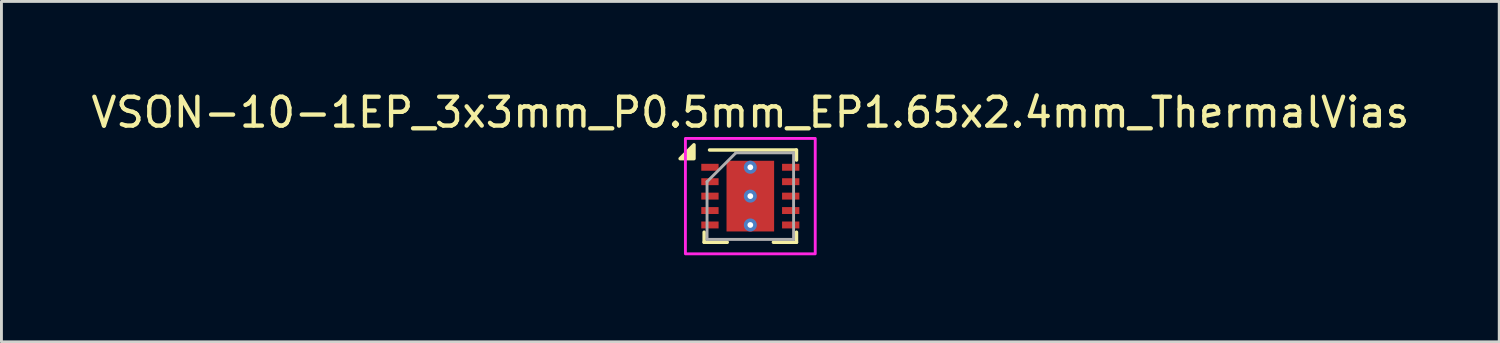
<source format=kicad_pcb>
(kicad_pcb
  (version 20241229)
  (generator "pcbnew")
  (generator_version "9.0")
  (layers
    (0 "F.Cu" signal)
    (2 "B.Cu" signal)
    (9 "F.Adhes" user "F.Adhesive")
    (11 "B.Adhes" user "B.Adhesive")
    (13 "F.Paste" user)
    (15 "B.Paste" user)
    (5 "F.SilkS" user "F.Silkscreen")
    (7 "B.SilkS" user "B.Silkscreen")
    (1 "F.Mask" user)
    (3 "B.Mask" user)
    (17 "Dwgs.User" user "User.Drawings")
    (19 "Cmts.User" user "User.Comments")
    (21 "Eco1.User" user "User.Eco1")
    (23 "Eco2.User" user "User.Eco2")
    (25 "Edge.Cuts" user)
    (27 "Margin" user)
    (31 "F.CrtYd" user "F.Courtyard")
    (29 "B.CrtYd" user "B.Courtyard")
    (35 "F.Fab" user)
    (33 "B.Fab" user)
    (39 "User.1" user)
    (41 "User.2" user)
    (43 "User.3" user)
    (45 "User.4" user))
  (footprint "VSON-10-1EP_3x3mm_P0.5mm_EP1.65x2.4mm_ThermalVias"
    (layer "F.Cu")
    (at 22.958 3.748)
    (property "Reference" "VSON-10-1EP_3x3mm_P0.5mm_EP1.65x2.4mm_ThermalVias" (at 0 -2.9 0) (layer "F.SilkS") (effects (font (size 1 1) (thickness 0.15))))
    (attr smd)
    (fp_line (start -1.6 1.25) (end -1.6 1.6) (stroke (width 0.12) (type solid)) (layer "F.SilkS"))
    (fp_line (start -1.6 1.6) (end -0.8 1.6) (stroke (width 0.12) (type solid)) (layer "F.SilkS"))
    (fp_line (start -1.413 -1.599) (end 1.587 -1.599) (stroke (width 0.12) (type solid)) (layer "F.SilkS"))
    (fp_line (start 0.8 1.6) (end 1.6 1.6) (stroke (width 0.12) (type solid)) (layer "F.SilkS"))
    (fp_line (start 1.6 -1.6) (end 1.6 -1.25) (stroke (width 0.12) (type solid)) (layer "F.SilkS"))
    (fp_line (start 1.6 1.6) (end 1.6 1.25) (stroke (width 0.12) (type solid)) (layer "F.SilkS"))
    (fp_poly (pts (xy -1.953 -1.299) (xy -2.433 -1.299) (xy -1.953 -1.779) (xy -1.953 -1.299)) (stroke (width 0.12) (type solid)) (fill yes) (layer "F.SilkS"))
    (fp_rect (start -2.25 -2) (end 2.25 2) (stroke (width 0.1) (type default)) (fill no) (layer "F.CrtYd"))
    (fp_line (start -1.5 -0.5) (end -1.5 1.5) (stroke (width 0.1) (type solid)) (layer "F.Fab"))
    (fp_line (start -1.5 -0.5) (end -0.5 -1.5) (stroke (width 0.1) (type solid)) (layer "F.Fab"))
    (fp_line (start -1.5 1.5) (end 1.5 1.5) (stroke (width 0.1) (type solid)) (layer "F.Fab"))
    (fp_line (start -0.5 -1.5) (end 1.5 -1.5) (stroke (width 0.1) (type solid)) (layer "F.Fab"))
    (fp_line (start 1.5 -1.5) (end 1.5 1.5) (stroke (width 0.1) (type solid)) (layer "F.Fab"))
    (pad "" smd roundrect (at -0.475 -0.665) (size 0.65 1.03) (layers "F.Paste") (roundrect_rratio 0.1))
    (pad "" smd roundrect (at -0.475 0.665) (size 0.65 1.03) (layers "F.Paste") (roundrect_rratio 0.1))
    (pad "" smd roundrect (at 0.475 -0.665) (size 0.65 1.03) (layers "F.Paste") (roundrect_rratio 0.1))
    (pad "" smd roundrect (at 0.475 0.665) (size 0.65 1.03) (layers "F.Paste") (roundrect_rratio 0.1))
    (pad "1" smd rect (at -1.4 -1) (size 0.6 0.24) (layers "F.Cu" "F.Mask" "F.Paste"))
    (pad "2" smd rect (at -1.4 -0.5) (size 0.6 0.24) (layers "F.Cu" "F.Mask" "F.Paste"))
    (pad "3" smd rect (at -1.4 0) (size 0.6 0.24) (layers "F.Cu" "F.Mask" "F.Paste"))
    (pad "4" smd rect (at -1.4 0.5) (size 0.6 0.24) (layers "F.Cu" "F.Mask" "F.Paste"))
    (pad "5" smd rect (at -1.4 1) (size 0.6 0.24) (layers "F.Cu" "F.Mask" "F.Paste"))
    (pad "6" smd rect (at 1.4 1) (size 0.6 0.24) (layers "F.Cu" "F.Mask" "F.Paste"))
    (pad "7" smd rect (at 1.4 0.5) (size 0.6 0.24) (layers "F.Cu" "F.Mask" "F.Paste"))
    (pad "8" smd rect (at 1.4 0) (size 0.6 0.24) (layers "F.Cu" "F.Mask" "F.Paste"))
    (pad "9" smd rect (at 1.4 -0.5) (size 0.6 0.24) (layers "F.Cu" "F.Mask" "F.Paste"))
    (pad "10" smd rect (at 1.4 -1) (size 0.6 0.24) (layers "F.Cu" "F.Mask" "F.Paste"))
    (pad "11" thru_hole circle (at 0 -1) (size 0.45 0.45) (drill 0.2) (property pad_prop_heatsink) (layers "*.Cu") (remove_unused_layers yes) (keep_end_layers yes) (zone_layer_connections))
    (pad "11" thru_hole circle (at 0 0) (size 0.45 0.45) (drill 0.2) (property pad_prop_heatsink) (layers "*.Cu") (remove_unused_layers yes) (keep_end_layers yes) (zone_layer_connections))
    (pad "11" smd rect (at 0 0) (size 1.65 2.45) (layers "F.Cu" "F.Mask"))
    (pad "11" thru_hole circle (at 0 1) (size 0.45 0.45) (drill 0.2) (property pad_prop_heatsink) (layers "*.Cu") (remove_unused_layers yes) (keep_end_layers yes) (zone_layer_connections)))
  (gr_rect
    (start -3 -3)
    (end 48.917 8.798)
    (stroke (width 0.1) (type default))
    (fill no)
    (layer "Edge.Cuts")))
</source>
